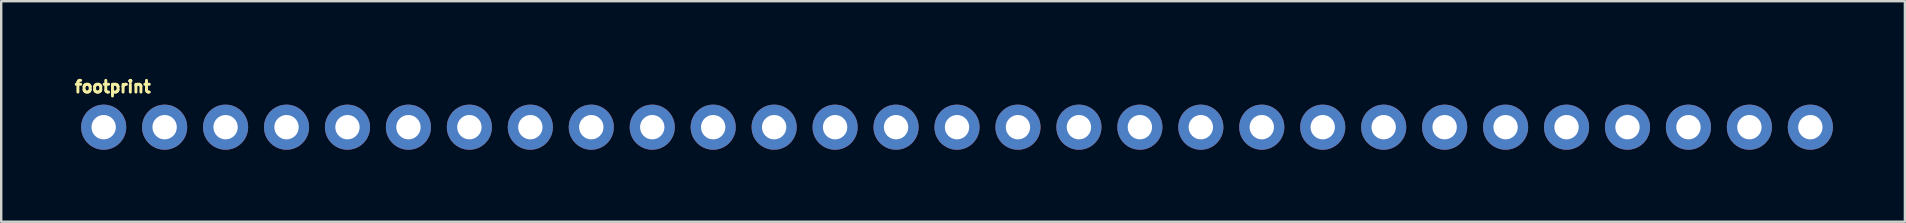
<source format=kicad_pcb>
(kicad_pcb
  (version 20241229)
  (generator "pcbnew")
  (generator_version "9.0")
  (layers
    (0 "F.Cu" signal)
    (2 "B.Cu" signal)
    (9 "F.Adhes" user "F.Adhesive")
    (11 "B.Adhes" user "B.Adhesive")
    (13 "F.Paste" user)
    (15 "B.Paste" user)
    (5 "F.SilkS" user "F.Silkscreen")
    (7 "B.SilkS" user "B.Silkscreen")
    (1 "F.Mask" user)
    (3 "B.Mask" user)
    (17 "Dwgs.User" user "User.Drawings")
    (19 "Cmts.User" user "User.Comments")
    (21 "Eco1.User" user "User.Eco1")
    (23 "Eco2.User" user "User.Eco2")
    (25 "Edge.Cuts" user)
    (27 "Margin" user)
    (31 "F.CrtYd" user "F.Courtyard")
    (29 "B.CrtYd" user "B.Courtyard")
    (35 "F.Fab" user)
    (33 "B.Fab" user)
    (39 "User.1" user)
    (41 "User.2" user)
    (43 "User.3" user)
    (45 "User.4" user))
  (footprint "footprint"
    (layer "F.Cu")
    (at 1.27 2.25)
    (property "Reference" "footprint" (at -1.27 -1.397 0) (layer "F.SilkS") (effects (font (size 0.488 0.488) (thickness 0.122)) (justify left bottom)))
    (fp_poly (pts (xy -0.254 0.254) (xy 0.254 0.254) (xy 0.254 -0.254) (xy -0.254 -0.254)) (stroke (width 0.1) (type solid)) (fill no) (layer "F.Fab"))
    (fp_poly (pts (xy 2.286 0.254) (xy 2.794 0.254) (xy 2.794 -0.254) (xy 2.286 -0.254)) (stroke (width 0.1) (type solid)) (fill no) (layer "F.Fab"))
    (fp_poly (pts (xy 4.826 0.254) (xy 5.334 0.254) (xy 5.334 -0.254) (xy 4.826 -0.254)) (stroke (width 0.1) (type solid)) (fill no) (layer "F.Fab"))
    (fp_poly (pts (xy 7.366 0.254) (xy 7.874 0.254) (xy 7.874 -0.254) (xy 7.366 -0.254)) (stroke (width 0.1) (type solid)) (fill no) (layer "F.Fab"))
    (fp_poly (pts (xy 9.906 0.254) (xy 10.414 0.254) (xy 10.414 -0.254) (xy 9.906 -0.254)) (stroke (width 0.1) (type solid)) (fill no) (layer "F.Fab"))
    (fp_poly (pts (xy 12.446 0.254) (xy 12.954 0.254) (xy 12.954 -0.254) (xy 12.446 -0.254)) (stroke (width 0.1) (type solid)) (fill no) (layer "F.Fab"))
    (fp_poly (pts (xy 14.986 0.254) (xy 15.494 0.254) (xy 15.494 -0.254) (xy 14.986 -0.254)) (stroke (width 0.1) (type solid)) (fill no) (layer "F.Fab"))
    (fp_poly (pts (xy 17.526 0.254) (xy 18.034 0.254) (xy 18.034 -0.254) (xy 17.526 -0.254)) (stroke (width 0.1) (type solid)) (fill no) (layer "F.Fab"))
    (fp_poly (pts (xy 20.066 0.254) (xy 20.574 0.254) (xy 20.574 -0.254) (xy 20.066 -0.254)) (stroke (width 0.1) (type solid)) (fill no) (layer "F.Fab"))
    (fp_poly (pts (xy 22.606 0.254) (xy 23.114 0.254) (xy 23.114 -0.254) (xy 22.606 -0.254)) (stroke (width 0.1) (type solid)) (fill no) (layer "F.Fab"))
    (fp_poly (pts (xy 25.146 0.254) (xy 25.654 0.254) (xy 25.654 -0.254) (xy 25.146 -0.254)) (stroke (width 0.1) (type solid)) (fill no) (layer "F.Fab"))
    (fp_poly (pts (xy 27.686 0.254) (xy 28.194 0.254) (xy 28.194 -0.254) (xy 27.686 -0.254)) (stroke (width 0.1) (type solid)) (fill no) (layer "F.Fab"))
    (fp_poly (pts (xy 30.226 0.254) (xy 30.734 0.254) (xy 30.734 -0.254) (xy 30.226 -0.254)) (stroke (width 0.1) (type solid)) (fill no) (layer "F.Fab"))
    (fp_poly (pts (xy 32.766 0.254) (xy 33.274 0.254) (xy 33.274 -0.254) (xy 32.766 -0.254)) (stroke (width 0.1) (type solid)) (fill no) (layer "F.Fab"))
    (fp_poly (pts (xy 35.306 0.254) (xy 35.814 0.254) (xy 35.814 -0.254) (xy 35.306 -0.254)) (stroke (width 0.1) (type solid)) (fill no) (layer "F.Fab"))
    (fp_poly (pts (xy 37.846 0.254) (xy 38.354 0.254) (xy 38.354 -0.254) (xy 37.846 -0.254)) (stroke (width 0.1) (type solid)) (fill no) (layer "F.Fab"))
    (fp_poly (pts (xy 40.386 0.254) (xy 40.894 0.254) (xy 40.894 -0.254) (xy 40.386 -0.254)) (stroke (width 0.1) (type solid)) (fill no) (layer "F.Fab"))
    (fp_poly (pts (xy 42.926 0.254) (xy 43.434 0.254) (xy 43.434 -0.254) (xy 42.926 -0.254)) (stroke (width 0.1) (type solid)) (fill no) (layer "F.Fab"))
    (fp_poly (pts (xy 45.466 0.254) (xy 45.974 0.254) (xy 45.974 -0.254) (xy 45.466 -0.254)) (stroke (width 0.1) (type solid)) (fill no) (layer "F.Fab"))
    (fp_poly (pts (xy 48.006 0.254) (xy 48.514 0.254) (xy 48.514 -0.254) (xy 48.006 -0.254)) (stroke (width 0.1) (type solid)) (fill no) (layer "F.Fab"))
    (fp_poly (pts (xy 50.546 0.254) (xy 51.054 0.254) (xy 51.054 -0.254) (xy 50.546 -0.254)) (stroke (width 0.1) (type solid)) (fill no) (layer "F.Fab"))
    (fp_poly (pts (xy 53.086 0.254) (xy 53.594 0.254) (xy 53.594 -0.254) (xy 53.086 -0.254)) (stroke (width 0.1) (type solid)) (fill no) (layer "F.Fab"))
    (fp_poly (pts (xy 55.626 0.254) (xy 56.134 0.254) (xy 56.134 -0.254) (xy 55.626 -0.254)) (stroke (width 0.1) (type solid)) (fill no) (layer "F.Fab"))
    (fp_poly (pts (xy 58.166 0.254) (xy 58.674 0.254) (xy 58.674 -0.254) (xy 58.166 -0.254)) (stroke (width 0.1) (type solid)) (fill no) (layer "F.Fab"))
    (fp_poly (pts (xy 60.706 0.254) (xy 61.214 0.254) (xy 61.214 -0.254) (xy 60.706 -0.254)) (stroke (width 0.1) (type solid)) (fill no) (layer "F.Fab"))
    (fp_poly (pts (xy 63.246 0.254) (xy 63.754 0.254) (xy 63.754 -0.254) (xy 63.246 -0.254)) (stroke (width 0.1) (type solid)) (fill no) (layer "F.Fab"))
    (fp_poly (pts (xy 65.786 0.254) (xy 66.294 0.254) (xy 66.294 -0.254) (xy 65.786 -0.254)) (stroke (width 0.1) (type solid)) (fill no) (layer "F.Fab"))
    (fp_poly (pts (xy 68.326 0.254) (xy 68.834 0.254) (xy 68.834 -0.254) (xy 68.326 -0.254)) (stroke (width 0.1) (type solid)) (fill no) (layer "F.Fab"))
    (fp_poly (pts (xy 70.866 0.254) (xy 71.374 0.254) (xy 71.374 -0.254) (xy 70.866 -0.254)) (stroke (width 0.1) (type solid)) (fill no) (layer "F.Fab"))
    (pad "1" thru_hole circle (at 0 0 90) (size 1.88 1.88) (drill 1.016) (layers "*.Cu" "*.Mask"))
    (pad "2" thru_hole circle (at 2.54 0 90) (size 1.88 1.88) (drill 1.016) (layers "*.Cu" "*.Mask"))
    (pad "3" thru_hole circle (at 5.08 0 90) (size 1.88 1.88) (drill 1.016) (layers "*.Cu" "*.Mask"))
    (pad "4" thru_hole circle (at 7.62 0 90) (size 1.88 1.88) (drill 1.016) (layers "*.Cu" "*.Mask"))
    (pad "5" thru_hole circle (at 10.16 0 90) (size 1.88 1.88) (drill 1.016) (layers "*.Cu" "*.Mask"))
    (pad "6" thru_hole circle (at 12.7 0 90) (size 1.88 1.88) (drill 1.016) (layers "*.Cu" "*.Mask"))
    (pad "7" thru_hole circle (at 15.24 0 90) (size 1.88 1.88) (drill 1.016) (layers "*.Cu" "*.Mask"))
    (pad "8" thru_hole circle (at 17.78 0 90) (size 1.88 1.88) (drill 1.016) (layers "*.Cu" "*.Mask"))
    (pad "9" thru_hole circle (at 20.32 0 90) (size 1.88 1.88) (drill 1.016) (layers "*.Cu" "*.Mask"))
    (pad "10" thru_hole circle (at 22.86 0 90) (size 1.88 1.88) (drill 1.016) (layers "*.Cu" "*.Mask"))
    (pad "11" thru_hole circle (at 25.4 0 90) (size 1.88 1.88) (drill 1.016) (layers "*.Cu" "*.Mask"))
    (pad "12" thru_hole circle (at 27.94 0 90) (size 1.88 1.88) (drill 1.016) (layers "*.Cu" "*.Mask"))
    (pad "13" thru_hole circle (at 30.48 0 90) (size 1.88 1.88) (drill 1.016) (layers "*.Cu" "*.Mask"))
    (pad "14" thru_hole circle (at 33.02 0 90) (size 1.88 1.88) (drill 1.016) (layers "*.Cu" "*.Mask"))
    (pad "15" thru_hole circle (at 35.56 0 90) (size 1.88 1.88) (drill 1.016) (layers "*.Cu" "*.Mask"))
    (pad "16" thru_hole circle (at 38.1 0 90) (size 1.88 1.88) (drill 1.016) (layers "*.Cu" "*.Mask"))
    (pad "17" thru_hole circle (at 40.64 0 90) (size 1.88 1.88) (drill 1.016) (layers "*.Cu" "*.Mask"))
    (pad "18" thru_hole circle (at 43.18 0 90) (size 1.88 1.88) (drill 1.016) (layers "*.Cu" "*.Mask"))
    (pad "19" thru_hole circle (at 45.72 0 90) (size 1.88 1.88) (drill 1.016) (layers "*.Cu" "*.Mask"))
    (pad "20" thru_hole circle (at 48.26 0 90) (size 1.88 1.88) (drill 1.016) (layers "*.Cu" "*.Mask"))
    (pad "21" thru_hole circle (at 50.8 0 90) (size 1.88 1.88) (drill 1.016) (layers "*.Cu" "*.Mask"))
    (pad "22" thru_hole circle (at 53.34 0 90) (size 1.88 1.88) (drill 1.016) (layers "*.Cu" "*.Mask"))
    (pad "23" thru_hole circle (at 55.88 0 90) (size 1.88 1.88) (drill 1.016) (layers "*.Cu" "*.Mask"))
    (pad "24" thru_hole circle (at 58.42 0 90) (size 1.88 1.88) (drill 1.016) (layers "*.Cu" "*.Mask"))
    (pad "25" thru_hole circle (at 60.96 0 90) (size 1.88 1.88) (drill 1.016) (layers "*.Cu" "*.Mask"))
    (pad "26" thru_hole circle (at 63.5 0 90) (size 1.88 1.88) (drill 1.016) (layers "*.Cu" "*.Mask"))
    (pad "27" thru_hole circle (at 66.04 0 90) (size 1.88 1.88) (drill 1.016) (layers "*.Cu" "*.Mask"))
    (pad "28" thru_hole circle (at 68.58 0 90) (size 1.88 1.88) (drill 1.016) (layers "*.Cu" "*.Mask"))
    (pad "29" thru_hole circle (at 71.12 0 90) (size 1.88 1.88) (drill 1.016) (layers "*.Cu" "*.Mask")))
  (gr_rect
    (start -3 -3)
    (end 76.33 6.19)
    (stroke (width 0.1) (type default))
    (fill no)
    (layer "Edge.Cuts")))
</source>
